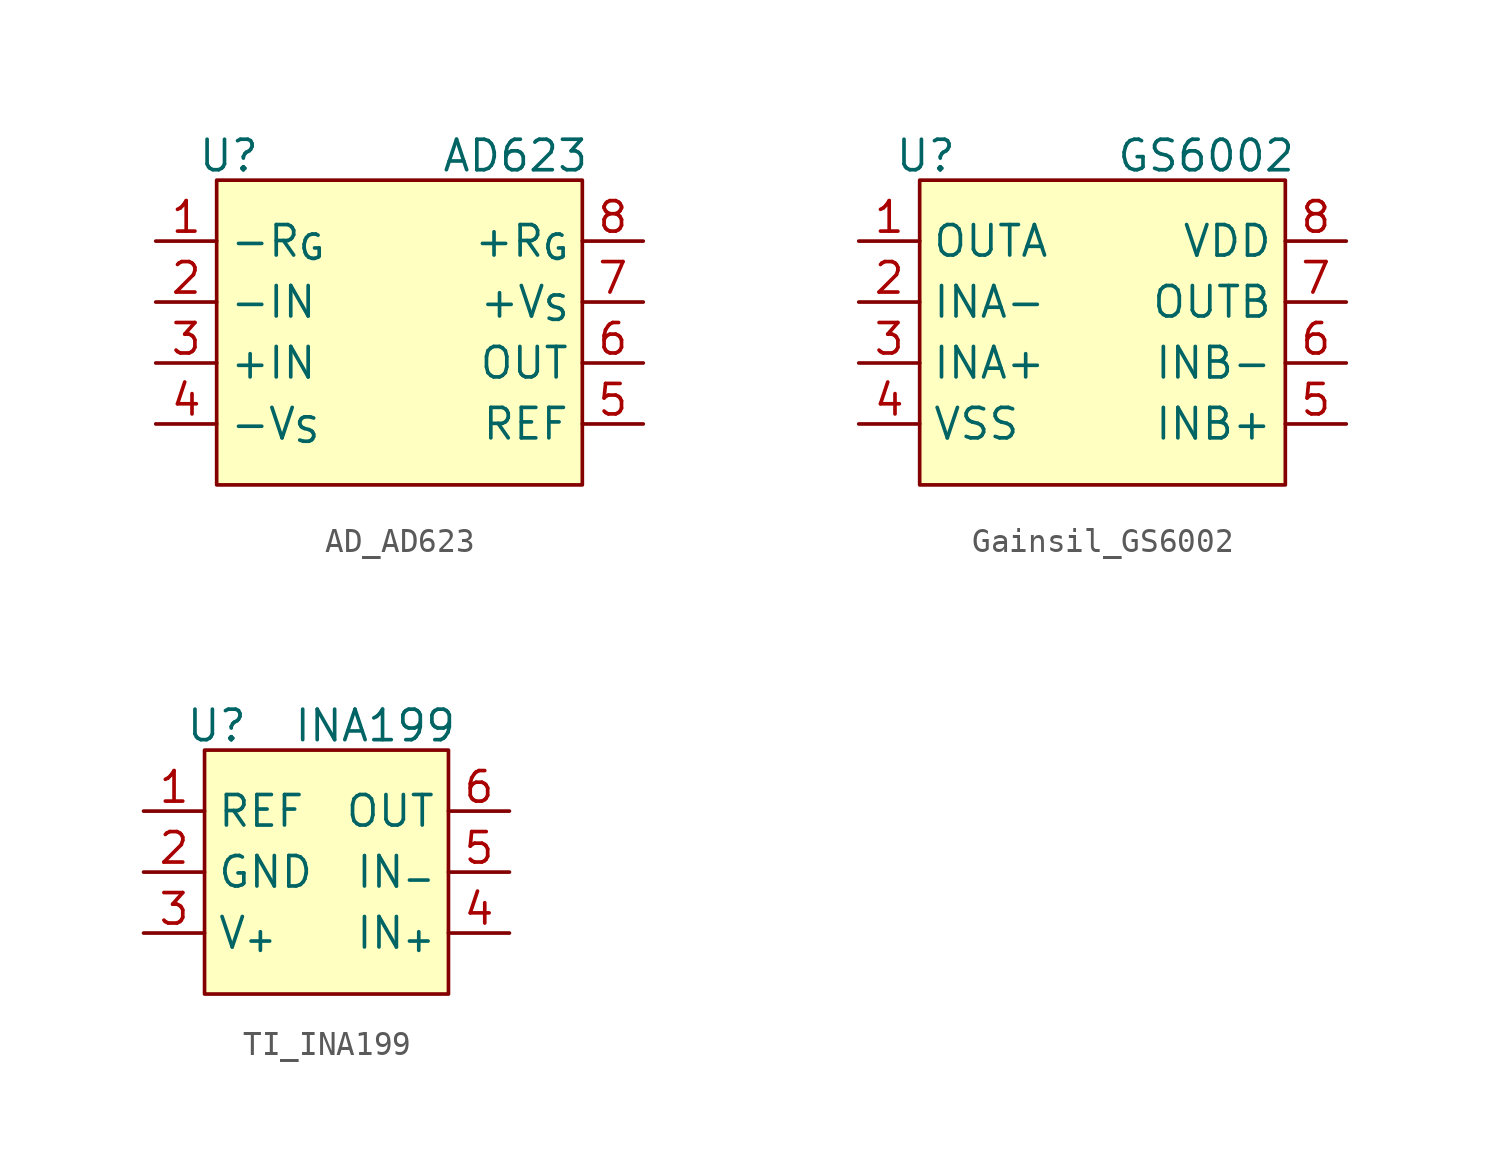
<source format=kicad_sym>
(kicad_symbol_lib
  (version 20231120)
  (generator "kicad_symbol_editor")
  (generator_version "8.0")
  (symbol "AD_AD623"
    (property "Reference" "U"
      (at -7.112 6.096 0)
      (do_not_autoplace)
      (effects (font (size 1.27 1.27))))
    (property "Value" "AD623"
      (at 4.826 6.096 0)
      (do_not_autoplace)
      (effects (font (size 1.27 1.27))))
    (symbol "AD_AD623_0_1"
      (rectangle (start -7.62 5.08) (end 7.62 -7.62) (stroke (width 0) (type default)) (fill (type background))))
    (symbol "AD_AD623_1_0"
      (pin passive line (at -10.16 2.54 0) (length 2.54) (name "-R_{G}" (effects (font (size 1.27 1.27)))) (number "1" (effects (font (size 1.27 1.27)))))
      (pin input line (at -10.16 0 0) (length 2.54) (name "-IN" (effects (font (size 1.27 1.27)))) (number "2" (effects (font (size 1.27 1.27)))))
      (pin input line (at -10.16 -2.54 0) (length 2.54) (name "+IN" (effects (font (size 1.27 1.27)))) (number "3" (effects (font (size 1.27 1.27)))))
      (pin power_in line (at -10.16 -5.08 0) (length 2.54) (name "-V_{S}" (effects (font (size 1.27 1.27)))) (number "4" (effects (font (size 1.27 1.27)))))
      (pin input line (at 10.16 -5.08 180) (length 2.54) (name "REF" (effects (font (size 1.27 1.27)))) (number "5" (effects (font (size 1.27 1.27)))))
      (pin output line (at 10.16 -2.54 180) (length 2.54) (name "OUT" (effects (font (size 1.27 1.27)))) (number "6" (effects (font (size 1.27 1.27)))))
      (pin power_in line (at 10.16 0 180) (length 2.54) (name "+V_{S}" (effects (font (size 1.27 1.27)))) (number "7" (effects (font (size 1.27 1.27)))))
      (pin passive line (at 10.16 2.54 180) (length 2.54) (name "+R_{G}" (effects (font (size 1.27 1.27)))) (number "8" (effects (font (size 1.27 1.27)))))))
  (symbol "Gainsil_GS6002"
    (property "Reference" "U"
      (at -7.366 6.096 0)
      (do_not_autoplace)
      (effects (font (size 1.27 1.27))))
    (property "Value" "GS6002"
      (at 4.318 6.096 0)
      (do_not_autoplace)
      (effects (font (size 1.27 1.27))))
    (symbol "Gainsil_GS6002_0_0"
      (pin output line (at -10.16 2.54 0) (length 2.54) (name "OUTA" (effects (font (size 1.27 1.27)))) (number "1" (effects (font (size 1.27 1.27)))))
      (pin input line (at -10.16 0 0) (length 2.54) (name "INA-" (effects (font (size 1.27 1.27)))) (number "2" (effects (font (size 1.27 1.27)))))
      (pin input line (at -10.16 -2.54 0) (length 2.54) (name "INA+" (effects (font (size 1.27 1.27)))) (number "3" (effects (font (size 1.27 1.27)))))
      (pin power_in line (at -10.16 -5.08 0) (length 2.54) (name "VSS" (effects (font (size 1.27 1.27)))) (number "4" (effects (font (size 1.27 1.27)))))
      (pin input line (at 10.16 -5.08 180) (length 2.54) (name "INB+" (effects (font (size 1.27 1.27)))) (number "5" (effects (font (size 1.27 1.27)))))
      (pin input line (at 10.16 -2.54 180) (length 2.54) (name "INB-" (effects (font (size 1.27 1.27)))) (number "6" (effects (font (size 1.27 1.27)))))
      (pin output line (at 10.16 0 180) (length 2.54) (name "OUTB" (effects (font (size 1.27 1.27)))) (number "7" (effects (font (size 1.27 1.27)))))
      (pin power_in line (at 10.16 2.54 180) (length 2.54) (name "VDD" (effects (font (size 1.27 1.27)))) (number "8" (effects (font (size 1.27 1.27))))))
    (symbol "Gainsil_GS6002_0_1"
      (rectangle (start -7.62 5.08) (end 7.62 -7.62) (stroke (width 0) (type default)) (fill (type background)))))
  (symbol "TI_INA199"
    (property "Reference" "U"
      (at -4.572 6.096 0)
      (do_not_autoplace)
      (effects (font (size 1.27 1.27))))
    (property "Value" "INA199"
      (at 2.032 6.096 0)
      (do_not_autoplace)
      (effects (font (size 1.27 1.27))))
    (symbol "TI_INA199_0_0"
      (pin input line (at -7.62 2.54 0) (length 2.54) (name "REF" (effects (font (size 1.27 1.27)))) (number "1" (effects (font (size 1.27 1.27)))))
      (pin power_in line (at -7.62 0 0) (length 2.54) (name "GND" (effects (font (size 1.27 1.27)))) (number "2" (effects (font (size 1.27 1.27)))))
      (pin power_in line (at -7.62 -2.54 0) (length 2.54) (name "V_{+}" (effects (font (size 1.27 1.27)))) (number "3" (effects (font (size 1.27 1.27)))))
      (pin input line (at 7.62 -2.54 180) (length 2.54) (name "IN_{+}" (effects (font (size 1.27 1.27)))) (number "4" (effects (font (size 1.27 1.27)))))
      (pin input line (at 7.62 0 180) (length 2.54) (name "IN_{-}" (effects (font (size 1.27 1.27)))) (number "5" (effects (font (size 1.27 1.27)))))
      (pin output line (at 7.62 2.54 180) (length 2.54) (name "OUT" (effects (font (size 1.27 1.27)))) (number "6" (effects (font (size 1.27 1.27))))))
    (symbol "TI_INA199_0_1"
      (rectangle (start -5.08 5.08) (end 5.08 -5.08) (stroke (width 0) (type default)) (fill (type background))))))
</source>
